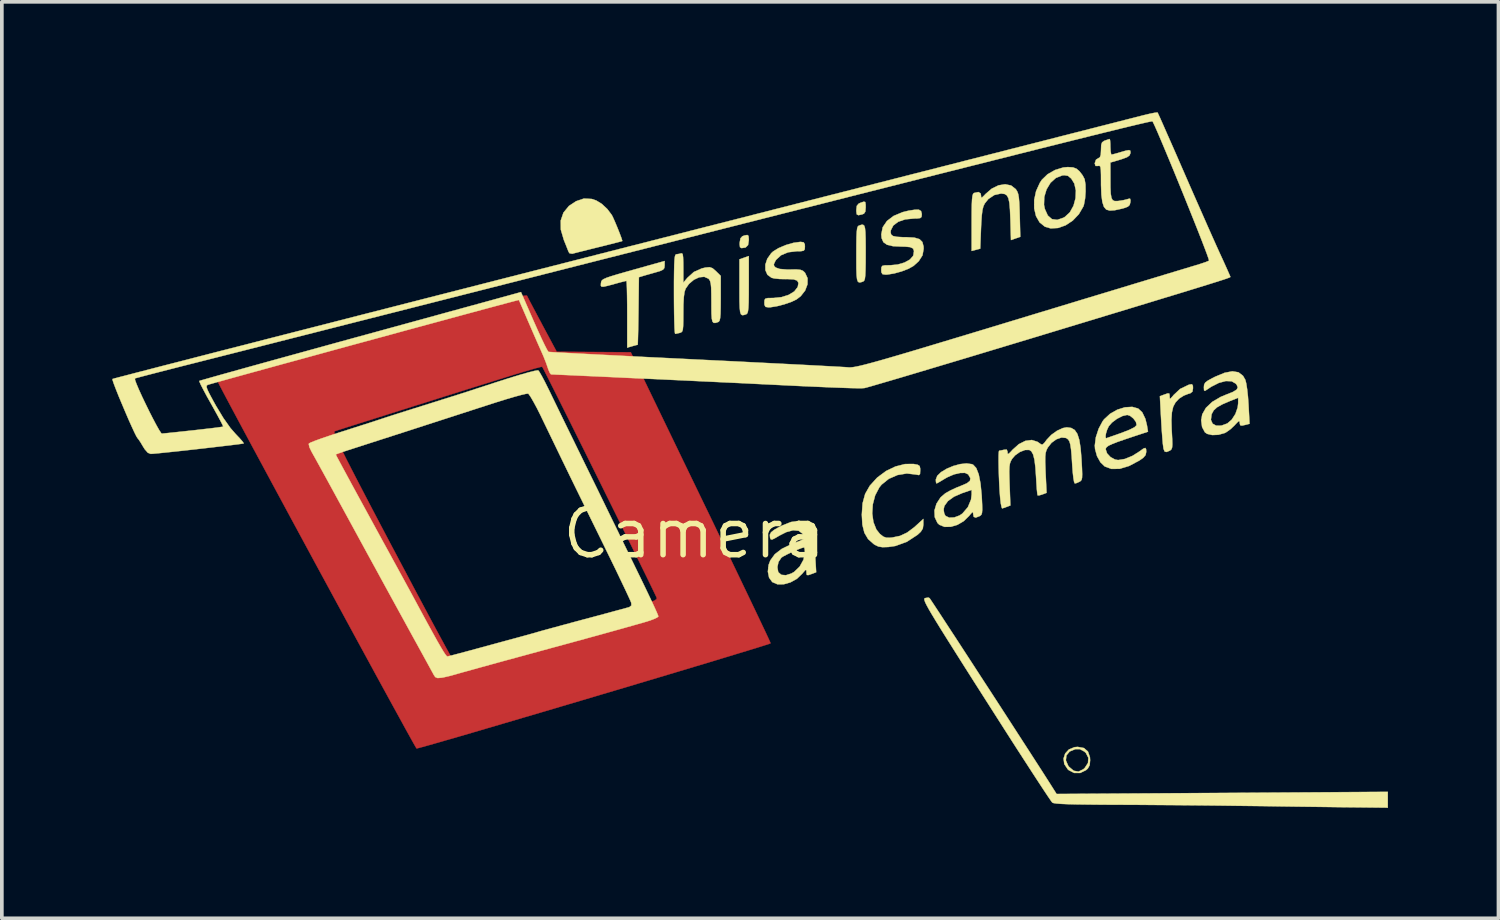
<source format=kicad_pcb>
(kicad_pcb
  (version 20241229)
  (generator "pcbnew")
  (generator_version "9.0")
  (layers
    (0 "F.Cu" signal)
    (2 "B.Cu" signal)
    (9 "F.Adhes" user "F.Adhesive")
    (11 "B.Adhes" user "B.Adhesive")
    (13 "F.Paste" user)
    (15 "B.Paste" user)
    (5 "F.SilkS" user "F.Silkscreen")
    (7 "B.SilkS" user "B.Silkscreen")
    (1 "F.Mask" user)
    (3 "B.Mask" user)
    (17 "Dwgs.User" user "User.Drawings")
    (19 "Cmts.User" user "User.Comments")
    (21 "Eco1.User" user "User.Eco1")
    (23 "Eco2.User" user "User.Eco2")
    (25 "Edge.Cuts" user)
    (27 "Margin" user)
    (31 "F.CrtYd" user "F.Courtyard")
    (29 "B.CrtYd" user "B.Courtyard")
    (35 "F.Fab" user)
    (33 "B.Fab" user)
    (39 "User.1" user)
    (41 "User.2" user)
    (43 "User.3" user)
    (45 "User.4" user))
  (footprint "Camera"
    (layer "F.Cu")
    (at 15.806 11.436)
    (property "Reference" "Camera" (at 0 0 0) (layer "F.SilkS") (effects (font (size 1.27 1.27) (thickness 0.15))))
    (attr through_hole)
    (fp_poly (pts (xy -4.543 -6.454) (xy -4.519 -6.406) (xy -4.462 -6.295) (xy -4.377 -6.134) (xy -4.271 -5.934) (xy -4.15 -5.708) (xy -4.132 -5.673) (xy -3.735 -4.932) (xy -2.729 -4.925) (xy -1.723 -4.918) (xy 0.175 -0.988) (xy 0.437 -0.447) (xy 0.687 0.073) (xy 0.925 0.567) (xy 1.147 1.029) (xy 1.351 1.455) (xy 1.535 1.839) (xy 1.696 2.177) (xy 1.832 2.463) (xy 1.94 2.691) (xy 2.018 2.858) (xy 2.063 2.958) (xy 2.074 2.986) (xy 2.035 3.001) (xy 1.92 3.039) (xy 1.736 3.097) (xy 1.489 3.173) (xy 1.186 3.265) (xy 0.831 3.373) (xy 0.432 3.494) (xy -0.005 3.625) (xy -0.475 3.766) (xy -0.971 3.915) (xy -1.488 4.069) (xy -2.019 4.228) (xy -2.558 4.388) (xy -3.099 4.549) (xy -3.636 4.708) (xy -4.162 4.864) (xy -4.672 5.014) (xy -5.16 5.158) (xy -5.62 5.293) (xy -6.044 5.418) (xy -6.428 5.53) (xy -6.766 5.627) (xy -7.05 5.709) (xy -7.275 5.773) (xy -7.436 5.817) (xy -7.525 5.84) (xy -7.541 5.843) (xy -7.564 5.806) (xy -7.625 5.7) (xy -7.721 5.527) (xy -7.851 5.293) (xy -8.011 5.001) (xy -8.2 4.657) (xy -8.415 4.264) (xy -8.654 3.827) (xy -8.914 3.349) (xy -9.193 2.837) (xy -9.489 2.292) (xy -9.799 1.721) (xy -10.121 1.127) (xy -10.264 0.864) (xy -10.59 0.261) (xy -10.905 -0.321) (xy -11.205 -0.877) (xy -11.49 -1.405) (xy -11.756 -1.899) (xy -12.002 -2.355) (xy -12.208 -2.739) (xy -9.777 -2.739) (xy -9.749 -2.651) (xy -9.687 -2.505) (xy -9.588 -2.297) (xy -9.452 -2.022) (xy -9.3 -1.725) (xy -9.154 -1.442) (xy -8.987 -1.121) (xy -8.804 -0.77) (xy -8.608 -0.397) (xy -8.403 -0.007) (xy -8.192 0.393) (xy -7.979 0.794) (xy -7.769 1.19) (xy -7.565 1.575) (xy -7.369 1.941) (xy -7.188 2.281) (xy -7.023 2.588) (xy -6.878 2.855) (xy -6.758 3.076) (xy -6.666 3.243) (xy -6.606 3.348) (xy -6.582 3.387) (xy -6.581 3.387) (xy -6.541 3.376) (xy -6.427 3.345) (xy -6.251 3.296) (xy -6.02 3.233) (xy -5.745 3.156) (xy -5.434 3.07) (xy -5.118 2.983) (xy -4.705 2.868) (xy -4.251 2.74) (xy -3.78 2.607) (xy -3.315 2.475) (xy -2.879 2.35) (xy -2.496 2.24) (xy -2.413 2.216) (xy -2.099 2.125) (xy -1.81 2.041) (xy -1.555 1.967) (xy -1.345 1.906) (xy -1.191 1.861) (xy -1.104 1.836) (xy -1.09 1.832) (xy -1.027 1.79) (xy -1.016 1.76) (xy -1.034 1.717) (xy -1.087 1.606) (xy -1.171 1.432) (xy -1.282 1.203) (xy -1.418 0.926) (xy -1.574 0.607) (xy -1.748 0.254) (xy -1.936 -0.127) (xy -2.134 -0.528) (xy -2.34 -0.944) (xy -2.549 -1.367) (xy -2.759 -1.79) (xy -2.965 -2.206) (xy -3.166 -2.609) (xy -3.356 -2.992) (xy -3.534 -3.348) (xy -3.694 -3.669) (xy -3.835 -3.949) (xy -3.952 -4.182) (xy -4.043 -4.36) (xy -4.103 -4.477) (xy -4.13 -4.525) (xy -4.13 -4.525) (xy -4.174 -4.519) (xy -4.287 -4.49) (xy -4.456 -4.442) (xy -4.669 -4.379) (xy -4.915 -4.305) (xy -5.005 -4.277) (xy -5.19 -4.219) (xy -5.43 -4.144) (xy -5.718 -4.054) (xy -6.043 -3.952) (xy -6.399 -3.84) (xy -6.775 -3.722) (xy -7.163 -3.599) (xy -7.554 -3.476) (xy -7.94 -3.354) (xy -8.311 -3.237) (xy -8.659 -3.126) (xy -8.976 -3.026) (xy -9.251 -2.939) (xy -9.478 -2.867) (xy -9.646 -2.813) (xy -9.747 -2.78) (xy -9.772 -2.772) (xy -9.777 -2.739) (xy -12.208 -2.739) (xy -12.224 -2.769) (xy -12.421 -3.136) (xy -12.59 -3.452) (xy -12.729 -3.713) (xy -12.835 -3.915) (xy -12.907 -4.053) (xy -12.942 -4.122) (xy -12.945 -4.13) (xy -12.903 -4.143) (xy -12.786 -4.177) (xy -12.6 -4.231) (xy -12.351 -4.302) (xy -12.045 -4.389) (xy -11.689 -4.49) (xy -11.289 -4.603) (xy -10.85 -4.728) (xy -10.38 -4.86) (xy -9.884 -5) (xy -9.369 -5.146) (xy -8.841 -5.295) (xy -8.305 -5.445) (xy -7.769 -5.596) (xy -7.239 -5.745) (xy -6.72 -5.891) (xy -6.218 -6.031) (xy -5.741 -6.165) (xy -5.295 -6.29) (xy -5.189 -6.319) (xy -4.968 -6.378) (xy -4.78 -6.423) (xy -4.638 -6.451) (xy -4.557 -6.459) (xy -4.543 -6.454)) (stroke (width 0.01) (type solid)) (fill yes) (layer "F.Cu"))
    (fp_poly (pts (xy -4.496 -3.771) (xy -4.439 -3.66) (xy -4.351 -3.484) (xy -4.234 -3.249) (xy -4.092 -2.963) (xy -3.928 -2.63) (xy -3.745 -2.257) (xy -3.545 -1.849) (xy -3.332 -1.413) (xy -3.108 -0.954) (xy -3.096 -0.93) (xy -2.831 -0.385) (xy -2.601 0.088) (xy -2.405 0.495) (xy -2.239 0.84) (xy -2.102 1.129) (xy -1.992 1.365) (xy -1.906 1.554) (xy -1.843 1.7) (xy -1.799 1.809) (xy -1.774 1.884) (xy -1.764 1.931) (xy -1.768 1.954) (xy -1.773 1.958) (xy -1.826 1.975) (xy -1.951 2.013) (xy -2.14 2.068) (xy -2.383 2.138) (xy -2.673 2.221) (xy -3 2.315) (xy -3.355 2.416) (xy -3.73 2.522) (xy -4.117 2.632) (xy -4.506 2.741) (xy -4.889 2.849) (xy -5.257 2.952) (xy -5.601 3.049) (xy -5.913 3.135) (xy -6.184 3.21) (xy -6.405 3.271) (xy -6.568 3.315) (xy -6.663 3.34) (xy -6.685 3.344) (xy -6.725 3.31) (xy -6.79 3.219) (xy -6.867 3.092) (xy -6.874 3.08) (xy -6.941 2.957) (xy -7.04 2.775) (xy -7.165 2.543) (xy -7.314 2.267) (xy -7.482 1.955) (xy -7.666 1.614) (xy -7.861 1.251) (xy -8.063 0.874) (xy -8.269 0.49) (xy -8.475 0.106) (xy -8.676 -0.271) (xy -8.87 -0.632) (xy -9.051 -0.971) (xy -9.216 -1.281) (xy -9.361 -1.554) (xy -9.483 -1.783) (xy -9.576 -1.96) (xy -9.638 -2.079) (xy -9.665 -2.131) (xy -9.665 -2.133) (xy -9.628 -2.152) (xy -9.518 -2.195) (xy -9.344 -2.257) (xy -9.114 -2.338) (xy -8.835 -2.432) (xy -8.518 -2.54) (xy -8.169 -2.656) (xy -7.797 -2.779) (xy -7.41 -2.907) (xy -7.017 -3.035) (xy -6.625 -3.163) (xy -6.242 -3.286) (xy -5.878 -3.403) (xy -5.54 -3.51) (xy -5.237 -3.606) (xy -4.976 -3.686) (xy -4.767 -3.749) (xy -4.616 -3.792) (xy -4.533 -3.812) (xy -4.519 -3.813) (xy -4.496 -3.771)) (stroke (width 0.01) (type solid)) (fill yes) (layer "F.Mask"))
    (fp_poly (pts (xy -4.496 -3.771) (xy -4.439 -3.66) (xy -4.351 -3.484) (xy -4.234 -3.249) (xy -4.092 -2.963) (xy -3.928 -2.63) (xy -3.745 -2.257) (xy -3.545 -1.849) (xy -3.332 -1.413) (xy -3.108 -0.954) (xy -3.096 -0.93) (xy -2.831 -0.385) (xy -2.601 0.088) (xy -2.405 0.495) (xy -2.239 0.84) (xy -2.102 1.129) (xy -1.992 1.365) (xy -1.906 1.554) (xy -1.843 1.7) (xy -1.799 1.809) (xy -1.774 1.884) (xy -1.764 1.931) (xy -1.768 1.954) (xy -1.773 1.958) (xy -1.826 1.975) (xy -1.951 2.013) (xy -2.14 2.068) (xy -2.383 2.138) (xy -2.673 2.221) (xy -3 2.315) (xy -3.355 2.416) (xy -3.73 2.522) (xy -4.117 2.632) (xy -4.506 2.741) (xy -4.889 2.849) (xy -5.257 2.952) (xy -5.601 3.049) (xy -5.913 3.135) (xy -6.184 3.21) (xy -6.405 3.271) (xy -6.568 3.315) (xy -6.663 3.34) (xy -6.685 3.344) (xy -6.725 3.31) (xy -6.79 3.219) (xy -6.867 3.092) (xy -6.874 3.08) (xy -6.941 2.957) (xy -7.04 2.775) (xy -7.165 2.543) (xy -7.314 2.267) (xy -7.482 1.955) (xy -7.666 1.614) (xy -7.861 1.251) (xy -8.063 0.874) (xy -8.269 0.49) (xy -8.475 0.106) (xy -8.676 -0.271) (xy -8.87 -0.632) (xy -9.051 -0.971) (xy -9.216 -1.281) (xy -9.361 -1.554) (xy -9.483 -1.783) (xy -9.576 -1.96) (xy -9.638 -2.079) (xy -9.665 -2.131) (xy -9.665 -2.133) (xy -9.628 -2.152) (xy -9.518 -2.195) (xy -9.344 -2.257) (xy -9.114 -2.338) (xy -8.835 -2.432) (xy -8.518 -2.54) (xy -8.169 -2.656) (xy -7.797 -2.779) (xy -7.41 -2.907) (xy -7.017 -3.035) (xy -6.625 -3.163) (xy -6.242 -3.286) (xy -5.878 -3.403) (xy -5.54 -3.51) (xy -5.237 -3.606) (xy -4.976 -3.686) (xy -4.767 -3.749) (xy -4.616 -3.792) (xy -4.533 -3.812) (xy -4.519 -3.813) (xy -4.496 -3.771)) (stroke (width 0.01) (type solid)) (fill yes) (layer "B.Mask"))
    (fp_poly (pts (xy 1.474 -8.079) (xy 1.482 -7.994) (xy 1.482 -7.96) (xy 1.462 -7.83) (xy 1.395 -7.764) (xy 1.285 -7.747) (xy 1.243 -7.772) (xy 1.233 -7.856) (xy 1.236 -7.903) (xy 1.256 -8.013) (xy 1.307 -8.069) (xy 1.365 -8.09) (xy 1.441 -8.104) (xy 1.474 -8.079)) (stroke (width 0.01) (type solid)) (fill yes) (layer "F.SilkS"))
    (fp_poly (pts (xy 4.645 -8.999) (xy 4.656 -8.933) (xy 4.657 -8.853) (xy 4.647 -8.739) (xy 4.61 -8.683) (xy 4.561 -8.663) (xy 4.459 -8.641) (xy 4.414 -8.664) (xy 4.403 -8.748) (xy 4.403 -8.785) (xy 4.416 -8.895) (xy 4.466 -8.955) (xy 4.511 -8.976) (xy 4.603 -9.008) (xy 4.645 -8.999)) (stroke (width 0.01) (type solid)) (fill yes) (layer "F.SilkS"))
    (fp_poly (pts (xy 1.482 -6.754) (xy 1.481 -6.476) (xy 1.478 -6.27) (xy 1.471 -6.127) (xy 1.46 -6.034) (xy 1.444 -5.981) (xy 1.422 -5.956) (xy 1.415 -5.952) (xy 1.35 -5.93) (xy 1.302 -5.926) (xy 1.269 -5.95) (xy 1.247 -6.014) (xy 1.235 -6.127) (xy 1.229 -6.299) (xy 1.228 -6.541) (xy 1.228 -6.685) (xy 1.228 -7.442) (xy 1.355 -7.487) (xy 1.482 -7.531) (xy 1.482 -6.754)) (stroke (width 0.01) (type solid)) (fill yes) (layer "F.SilkS"))
    (fp_poly (pts (xy 4.616 -8.358) (xy 4.637 -8.294) (xy 4.649 -8.181) (xy 4.655 -8.009) (xy 4.657 -7.767) (xy 4.657 -7.625) (xy 4.656 -7.35) (xy 4.652 -7.148) (xy 4.646 -7.008) (xy 4.635 -6.918) (xy 4.618 -6.867) (xy 4.595 -6.844) (xy 4.59 -6.841) (xy 4.525 -6.819) (xy 4.477 -6.815) (xy 4.444 -6.839) (xy 4.422 -6.903) (xy 4.41 -7.016) (xy 4.404 -7.189) (xy 4.403 -7.431) (xy 4.403 -7.573) (xy 4.404 -7.848) (xy 4.407 -8.05) (xy 4.414 -8.19) (xy 4.425 -8.279) (xy 4.441 -8.33) (xy 4.464 -8.354) (xy 4.47 -8.356) (xy 4.535 -8.379) (xy 4.582 -8.383) (xy 4.616 -8.358)) (stroke (width 0.01) (type solid)) (fill yes) (layer "F.SilkS"))
    (fp_poly (pts (xy -2.785 -9.082) (xy -2.662 -9.041) (xy -2.512 -8.949) (xy -2.362 -8.809) (xy -2.243 -8.652) (xy -2.212 -8.594) (xy -2.151 -8.457) (xy -2.087 -8.304) (xy -2.028 -8.156) (xy -1.982 -8.033) (xy -1.957 -7.956) (xy -1.955 -7.939) (xy -1.999 -7.926) (xy -2.11 -7.897) (xy -2.275 -7.855) (xy -2.479 -7.804) (xy -2.603 -7.773) (xy -2.829 -7.717) (xy -3.029 -7.667) (xy -3.188 -7.627) (xy -3.289 -7.601) (xy -3.313 -7.594) (xy -3.387 -7.607) (xy -3.414 -7.649) (xy -3.445 -7.728) (xy -3.495 -7.855) (xy -3.541 -7.968) (xy -3.623 -8.247) (xy -3.626 -8.495) (xy -3.552 -8.711) (xy -3.402 -8.893) (xy -3.208 -9.021) (xy -2.996 -9.093) (xy -2.785 -9.082)) (stroke (width 0.01) (type solid)) (fill yes) (layer "F.SilkS"))
    (fp_poly (pts (xy 10.583 5.831) (xy 10.694 5.926) (xy 10.748 6.082) (xy 10.753 6.164) (xy 10.74 6.298) (xy 10.691 6.387) (xy 10.641 6.432) (xy 10.483 6.509) (xy 10.319 6.508) (xy 10.169 6.43) (xy 10.145 6.408) (xy 10.051 6.266) (xy 10.038 6.165) (xy 10.094 6.165) (xy 10.156 6.31) (xy 10.182 6.343) (xy 10.308 6.449) (xy 10.437 6.471) (xy 10.568 6.408) (xy 10.606 6.373) (xy 10.695 6.237) (xy 10.705 6.096) (xy 10.639 5.967) (xy 10.595 5.926) (xy 10.473 5.861) (xy 10.352 5.861) (xy 10.197 5.925) (xy 10.109 6.031) (xy 10.094 6.165) (xy 10.038 6.165) (xy 10.031 6.117) (xy 10.076 5.979) (xy 10.177 5.87) (xy 10.328 5.808) (xy 10.415 5.8) (xy 10.583 5.831)) (stroke (width 0.01) (type solid)) (fill yes) (layer "F.SilkS"))
    (fp_poly (pts (xy 13.544 -4.01) (xy 13.547 -3.943) (xy 13.532 -3.849) (xy 13.472 -3.803) (xy 13.419 -3.789) (xy 13.297 -3.741) (xy 13.176 -3.664) (xy 13.167 -3.657) (xy 13.074 -3.559) (xy 13.01 -3.441) (xy 12.974 -3.287) (xy 12.961 -3.083) (xy 12.968 -2.814) (xy 12.971 -2.768) (xy 12.982 -2.56) (xy 12.986 -2.421) (xy 12.98 -2.335) (xy 12.963 -2.285) (xy 12.933 -2.256) (xy 12.916 -2.246) (xy 12.83 -2.21) (xy 12.778 -2.222) (xy 12.747 -2.296) (xy 12.727 -2.442) (xy 12.727 -2.445) (xy 12.715 -2.587) (xy 12.7 -2.785) (xy 12.686 -3.012) (xy 12.675 -3.206) (xy 12.648 -3.724) (xy 12.762 -3.767) (xy 12.859 -3.801) (xy 12.902 -3.798) (xy 12.912 -3.748) (xy 12.912 -3.715) (xy 12.917 -3.661) (xy 12.94 -3.663) (xy 12.996 -3.726) (xy 13.022 -3.758) (xy 13.197 -3.922) (xy 13.427 -4.033) (xy 13.451 -4.04) (xy 13.518 -4.05) (xy 13.544 -4.01)) (stroke (width 0.01) (type solid)) (fill yes) (layer "F.SilkS"))
    (fp_poly (pts (xy -0.804 -7.277) (xy -0.812 -7.207) (xy -0.847 -7.162) (xy -0.929 -7.124) (xy -1.048 -7.089) (xy -1.2 -7.046) (xy -1.334 -7.008) (xy -1.397 -6.989) (xy -1.503 -6.957) (xy -1.514 -6.04) (xy -1.518 -5.771) (xy -1.522 -5.534) (xy -1.527 -5.34) (xy -1.531 -5.201) (xy -1.534 -5.129) (xy -1.536 -5.122) (xy -1.579 -5.112) (xy -1.67 -5.087) (xy -1.683 -5.083) (xy -1.82 -5.044) (xy -1.82 -5.951) (xy -1.821 -6.218) (xy -1.824 -6.453) (xy -1.828 -6.646) (xy -1.833 -6.783) (xy -1.84 -6.852) (xy -1.842 -6.858) (xy -1.89 -6.847) (xy -1.999 -6.82) (xy -2.144 -6.78) (xy -2.169 -6.773) (xy -2.346 -6.725) (xy -2.457 -6.7) (xy -2.515 -6.699) (xy -2.536 -6.725) (xy -2.535 -6.777) (xy -2.532 -6.802) (xy -2.525 -6.84) (xy -2.505 -6.873) (xy -2.462 -6.905) (xy -2.386 -6.939) (xy -2.267 -6.98) (xy -2.093 -7.033) (xy -1.856 -7.101) (xy -1.662 -7.156) (xy -0.804 -7.397) (xy -0.804 -7.277)) (stroke (width 0.01) (type solid)) (fill yes) (layer "F.SilkS"))
    (fp_poly (pts (xy 8.606 -9.448) (xy 8.732 -9.35) (xy 8.738 -9.342) (xy 8.774 -9.284) (xy 8.8 -9.214) (xy 8.817 -9.116) (xy 8.829 -8.974) (xy 8.837 -8.771) (xy 8.841 -8.638) (xy 8.856 -8.054) (xy 8.729 -8.01) (xy 8.603 -7.966) (xy 8.587 -8.529) (xy 8.576 -8.789) (xy 8.56 -8.976) (xy 8.533 -9.102) (xy 8.492 -9.179) (xy 8.432 -9.217) (xy 8.348 -9.228) (xy 8.33 -9.229) (xy 8.151 -9.189) (xy 7.988 -9.08) (xy 7.89 -8.958) (xy 7.854 -8.882) (xy 7.828 -8.78) (xy 7.81 -8.635) (xy 7.796 -8.431) (xy 7.789 -8.279) (xy 7.768 -7.732) (xy 7.652 -7.701) (xy 7.535 -7.67) (xy 7.535 -8.445) (xy 7.536 -8.723) (xy 7.539 -8.928) (xy 7.546 -9.071) (xy 7.557 -9.164) (xy 7.573 -9.217) (xy 7.595 -9.242) (xy 7.602 -9.245) (xy 7.719 -9.27) (xy 7.779 -9.232) (xy 7.789 -9.177) (xy 7.794 -9.123) (xy 7.817 -9.122) (xy 7.876 -9.178) (xy 7.91 -9.215) (xy 8.081 -9.362) (xy 8.265 -9.452) (xy 8.445 -9.481) (xy 8.606 -9.448)) (stroke (width 0.01) (type solid)) (fill yes) (layer "F.SilkS"))
    (fp_poly (pts (xy 10.289 -9.939) (xy 10.385 -9.902) (xy 10.465 -9.832) (xy 10.547 -9.726) (xy 10.601 -9.624) (xy 10.604 -9.615) (xy 10.627 -9.472) (xy 10.63 -9.286) (xy 10.616 -9.093) (xy 10.586 -8.931) (xy 10.57 -8.88) (xy 10.447 -8.669) (xy 10.281 -8.495) (xy 10.088 -8.367) (xy 9.882 -8.294) (xy 9.68 -8.283) (xy 9.525 -8.329) (xy 9.38 -8.446) (xy 9.283 -8.617) (xy 9.234 -8.826) (xy 9.234 -8.921) (xy 9.5 -8.921) (xy 9.523 -8.81) (xy 9.603 -8.633) (xy 9.716 -8.534) (xy 9.859 -8.514) (xy 10.03 -8.573) (xy 10.068 -8.595) (xy 10.204 -8.722) (xy 10.302 -8.899) (xy 10.357 -9.103) (xy 10.366 -9.311) (xy 10.324 -9.5) (xy 10.241 -9.635) (xy 10.149 -9.711) (xy 10.05 -9.727) (xy 9.995 -9.721) (xy 9.823 -9.653) (xy 9.677 -9.521) (xy 9.569 -9.342) (xy 9.507 -9.136) (xy 9.5 -8.921) (xy 9.234 -8.921) (xy 9.234 -9.057) (xy 9.285 -9.294) (xy 9.387 -9.519) (xy 9.443 -9.604) (xy 9.597 -9.753) (xy 9.801 -9.869) (xy 10.024 -9.937) (xy 10.147 -9.948) (xy 10.289 -9.939)) (stroke (width 0.01) (type solid)) (fill yes) (layer "F.SilkS"))
    (fp_poly (pts (xy 6.071 -1.862) (xy 6.123 -1.828) (xy 6.138 -1.757) (xy 6.138 -1.711) (xy 6.133 -1.614) (xy 6.104 -1.582) (xy 6.031 -1.595) (xy 6.022 -1.597) (xy 5.775 -1.626) (xy 5.521 -1.584) (xy 5.285 -1.481) (xy 5.09 -1.324) (xy 5.027 -1.247) (xy 4.914 -1.031) (xy 4.85 -0.788) (xy 4.834 -0.54) (xy 4.867 -0.305) (xy 4.947 -0.104) (xy 5.043 0.016) (xy 5.137 0.09) (xy 5.223 0.12) (xy 5.341 0.118) (xy 5.38 0.113) (xy 5.591 0.069) (xy 5.781 -0.02) (xy 5.975 -0.165) (xy 6.037 -0.221) (xy 6.223 -0.392) (xy 6.223 -0.241) (xy 6.209 -0.132) (xy 6.153 -0.042) (xy 6.066 0.039) (xy 5.774 0.23) (xy 5.463 0.343) (xy 5.271 0.371) (xy 5.112 0.376) (xy 5.002 0.358) (xy 4.905 0.311) (xy 4.872 0.289) (xy 4.722 0.155) (xy 4.622 -0.015) (xy 4.567 -0.235) (xy 4.552 -0.508) (xy 4.573 -0.816) (xy 4.642 -1.07) (xy 4.768 -1.292) (xy 4.96 -1.504) (xy 4.982 -1.524) (xy 5.212 -1.694) (xy 5.467 -1.816) (xy 5.726 -1.882) (xy 5.958 -1.884) (xy 6.071 -1.862)) (stroke (width 0.01) (type solid)) (fill yes) (layer "F.SilkS"))
    (fp_poly (pts (xy 6.103 -8.789) (xy 6.16 -8.754) (xy 6.18 -8.682) (xy 6.181 -8.655) (xy 6.173 -8.593) (xy 6.137 -8.563) (xy 6.05 -8.552) (xy 5.97 -8.551) (xy 5.732 -8.528) (xy 5.541 -8.463) (xy 5.407 -8.362) (xy 5.34 -8.232) (xy 5.334 -8.178) (xy 5.348 -8.116) (xy 5.397 -8.076) (xy 5.497 -8.054) (xy 5.661 -8.044) (xy 5.775 -8.043) (xy 5.982 -8.031) (xy 6.119 -7.99) (xy 6.197 -7.912) (xy 6.229 -7.788) (xy 6.231 -7.727) (xy 6.2 -7.551) (xy 6.098 -7.392) (xy 5.958 -7.265) (xy 5.821 -7.187) (xy 5.634 -7.115) (xy 5.431 -7.059) (xy 5.247 -7.029) (xy 5.198 -7.027) (xy 5.114 -7.039) (xy 5.083 -7.092) (xy 5.08 -7.154) (xy 5.084 -7.226) (xy 5.108 -7.264) (xy 5.175 -7.279) (xy 5.303 -7.281) (xy 5.321 -7.281) (xy 5.526 -7.301) (xy 5.711 -7.355) (xy 5.856 -7.435) (xy 5.942 -7.531) (xy 5.953 -7.56) (xy 5.969 -7.669) (xy 5.944 -7.737) (xy 5.864 -7.774) (xy 5.719 -7.788) (xy 5.629 -7.789) (xy 5.397 -7.8) (xy 5.237 -7.838) (xy 5.138 -7.908) (xy 5.09 -8.018) (xy 5.081 -8.121) (xy 5.12 -8.315) (xy 5.235 -8.484) (xy 5.417 -8.622) (xy 5.661 -8.724) (xy 5.82 -8.763) (xy 5.995 -8.79) (xy 6.103 -8.789)) (stroke (width 0.01) (type solid)) (fill yes) (layer "F.SilkS"))
    (fp_poly (pts (xy 2.973 -7.904) (xy 3.003 -7.85) (xy 3.006 -7.789) (xy 3.001 -7.715) (xy 2.974 -7.678) (xy 2.903 -7.664) (xy 2.783 -7.662) (xy 2.551 -7.634) (xy 2.36 -7.555) (xy 2.225 -7.432) (xy 2.202 -7.395) (xy 2.162 -7.309) (xy 2.171 -7.259) (xy 2.216 -7.218) (xy 2.321 -7.181) (xy 2.507 -7.166) (xy 2.613 -7.166) (xy 2.78 -7.167) (xy 2.885 -7.157) (xy 2.952 -7.131) (xy 3.002 -7.085) (xy 3.011 -7.074) (xy 3.078 -6.93) (xy 3.076 -6.764) (xy 3.012 -6.594) (xy 2.892 -6.441) (xy 2.779 -6.354) (xy 2.637 -6.286) (xy 2.448 -6.221) (xy 2.247 -6.169) (xy 2.073 -6.141) (xy 2.023 -6.138) (xy 1.939 -6.15) (xy 1.908 -6.203) (xy 1.905 -6.265) (xy 1.909 -6.337) (xy 1.933 -6.374) (xy 1.998 -6.39) (xy 2.124 -6.392) (xy 2.15 -6.392) (xy 2.37 -6.415) (xy 2.565 -6.477) (xy 2.717 -6.57) (xy 2.807 -6.685) (xy 2.813 -6.699) (xy 2.831 -6.8) (xy 2.797 -6.864) (xy 2.701 -6.898) (xy 2.534 -6.906) (xy 2.485 -6.905) (xy 2.322 -6.908) (xy 2.178 -6.923) (xy 2.101 -6.941) (xy 1.989 -7.022) (xy 1.933 -7.148) (xy 1.932 -7.299) (xy 1.985 -7.459) (xy 2.09 -7.607) (xy 2.143 -7.656) (xy 2.292 -7.748) (xy 2.489 -7.831) (xy 2.698 -7.891) (xy 2.881 -7.916) (xy 2.892 -7.916) (xy 2.973 -7.904)) (stroke (width 0.01) (type solid)) (fill yes) (layer "F.SilkS"))
    (fp_poly (pts (xy 11.295 -10.672) (xy 11.302 -10.575) (xy 11.303 -10.499) (xy 11.309 -10.378) (xy 11.323 -10.302) (xy 11.335 -10.287) (xy 11.391 -10.299) (xy 11.498 -10.328) (xy 11.574 -10.351) (xy 11.723 -10.394) (xy 11.808 -10.409) (xy 11.844 -10.393) (xy 11.849 -10.346) (xy 11.846 -10.321) (xy 11.821 -10.263) (xy 11.753 -10.215) (xy 11.625 -10.168) (xy 11.568 -10.15) (xy 11.303 -10.072) (xy 11.304 -9.64) (xy 11.305 -9.395) (xy 11.313 -9.223) (xy 11.332 -9.112) (xy 11.365 -9.05) (xy 11.418 -9.025) (xy 11.494 -9.025) (xy 11.531 -9.029) (xy 11.662 -9.05) (xy 11.767 -9.076) (xy 11.783 -9.082) (xy 11.836 -9.092) (xy 11.85 -9.047) (xy 11.846 -8.994) (xy 11.827 -8.919) (xy 11.777 -8.872) (xy 11.674 -8.834) (xy 11.62 -8.819) (xy 11.423 -8.776) (xy 11.287 -8.767) (xy 11.197 -8.792) (xy 11.189 -8.796) (xy 11.128 -8.868) (xy 11.085 -8.999) (xy 11.059 -9.196) (xy 11.049 -9.467) (xy 11.049 -9.533) (xy 11.048 -9.736) (xy 11.044 -9.869) (xy 11.034 -9.946) (xy 11.015 -9.979) (xy 10.985 -9.983) (xy 10.964 -9.978) (xy 10.9 -9.979) (xy 10.88 -10.041) (xy 10.88 -10.055) (xy 10.913 -10.149) (xy 10.964 -10.181) (xy 11.017 -10.213) (xy 11.042 -10.281) (xy 11.049 -10.409) (xy 11.049 -10.418) (xy 11.054 -10.547) (xy 11.077 -10.618) (xy 11.13 -10.658) (xy 11.158 -10.669) (xy 11.244 -10.699) (xy 11.285 -10.71) (xy 11.295 -10.672)) (stroke (width 0.01) (type solid)) (fill yes) (layer "F.SilkS"))
    (fp_poly (pts (xy 12.058 -3.39) (xy 12.169 -3.286) (xy 12.253 -3.111) (xy 12.296 -2.936) (xy 12.325 -2.761) (xy 11.973 -2.645) (xy 11.698 -2.553) (xy 11.493 -2.482) (xy 11.35 -2.426) (xy 11.256 -2.382) (xy 11.203 -2.344) (xy 11.18 -2.308) (xy 11.176 -2.281) (xy 11.213 -2.172) (xy 11.306 -2.072) (xy 11.429 -2.005) (xy 11.514 -1.99) (xy 11.699 -2.021) (xy 11.906 -2.106) (xy 12.092 -2.224) (xy 12.197 -2.3) (xy 12.252 -2.32) (xy 12.273 -2.285) (xy 12.277 -2.212) (xy 12.259 -2.126) (xy 12.193 -2.05) (xy 12.093 -1.98) (xy 11.811 -1.83) (xy 11.556 -1.753) (xy 11.332 -1.75) (xy 11.151 -1.816) (xy 11.033 -1.93) (xy 10.94 -2.097) (xy 10.887 -2.289) (xy 10.88 -2.385) (xy 10.908 -2.606) (xy 10.913 -2.621) (xy 11.17 -2.621) (xy 11.184 -2.583) (xy 11.187 -2.582) (xy 11.228 -2.596) (xy 11.332 -2.632) (xy 11.481 -2.684) (xy 11.599 -2.726) (xy 11.82 -2.812) (xy 11.959 -2.882) (xy 12.015 -2.938) (xy 12.016 -2.941) (xy 11.997 -3.026) (xy 11.928 -3.12) (xy 11.836 -3.193) (xy 11.76 -3.217) (xy 11.631 -3.187) (xy 11.482 -3.111) (xy 11.345 -3.008) (xy 11.259 -2.909) (xy 11.214 -2.813) (xy 11.182 -2.708) (xy 11.17 -2.621) (xy 10.913 -2.621) (xy 10.984 -2.84) (xy 11.093 -3.045) (xy 11.132 -3.097) (xy 11.295 -3.247) (xy 11.49 -3.358) (xy 11.698 -3.423) (xy 11.896 -3.435) (xy 12.058 -3.39)) (stroke (width 0.01) (type solid)) (fill yes) (layer "F.SilkS"))
    (fp_poly (pts (xy -0.312 -7.574) (xy -0.302 -7.494) (xy -0.297 -7.353) (xy -0.296 -7.219) (xy -0.296 -6.809) (xy -0.185 -6.941) (xy -0.01 -7.099) (xy 0.205 -7.195) (xy 0.307 -7.219) (xy 0.417 -7.229) (xy 0.498 -7.201) (xy 0.591 -7.12) (xy 0.591 -7.12) (xy 0.72 -6.992) (xy 0.72 -6.379) (xy 0.718 -6.134) (xy 0.714 -5.962) (xy 0.704 -5.848) (xy 0.689 -5.781) (xy 0.666 -5.748) (xy 0.653 -5.741) (xy 0.58 -5.716) (xy 0.529 -5.716) (xy 0.496 -5.751) (xy 0.477 -5.833) (xy 0.468 -5.973) (xy 0.466 -6.182) (xy 0.466 -6.28) (xy 0.464 -6.512) (xy 0.46 -6.675) (xy 0.449 -6.784) (xy 0.431 -6.853) (xy 0.404 -6.898) (xy 0.384 -6.919) (xy 0.272 -6.968) (xy 0.134 -6.955) (xy -0.011 -6.887) (xy -0.143 -6.775) (xy -0.234 -6.645) (xy -0.264 -6.555) (xy -0.283 -6.416) (xy -0.294 -6.214) (xy -0.296 -5.997) (xy -0.297 -5.778) (xy -0.301 -5.629) (xy -0.31 -5.536) (xy -0.327 -5.484) (xy -0.355 -5.458) (xy -0.392 -5.445) (xy -0.479 -5.425) (xy -0.519 -5.419) (xy -0.527 -5.46) (xy -0.535 -5.573) (xy -0.541 -5.749) (xy -0.546 -5.976) (xy -0.549 -6.243) (xy -0.55 -6.498) (xy -0.55 -6.835) (xy -0.547 -7.096) (xy -0.543 -7.29) (xy -0.536 -7.426) (xy -0.526 -7.513) (xy -0.512 -7.561) (xy -0.494 -7.577) (xy -0.49 -7.578) (xy -0.397 -7.593) (xy -0.363 -7.603) (xy -0.332 -7.605) (xy -0.312 -7.574)) (stroke (width 0.01) (type solid)) (fill yes) (layer "F.SilkS"))
    (fp_poly (pts (xy 14.782 -4.374) (xy 14.905 -4.279) (xy 14.968 -4.17) (xy 14.993 -4.073) (xy 15.018 -3.913) (xy 15.04 -3.713) (xy 15.055 -3.502) (xy 15.083 -2.976) (xy 14.982 -2.949) (xy 14.876 -2.926) (xy 14.829 -2.937) (xy 14.817 -2.99) (xy 14.817 -3.007) (xy 14.808 -3.049) (xy 14.776 -3.038) (xy 14.707 -2.968) (xy 14.68 -2.937) (xy 14.567 -2.83) (xy 14.446 -2.744) (xy 14.406 -2.724) (xy 14.236 -2.677) (xy 14.069 -2.67) (xy 13.932 -2.702) (xy 13.871 -2.744) (xy 13.794 -2.887) (xy 13.77 -3.067) (xy 13.773 -3.083) (xy 14.033 -3.083) (xy 14.079 -2.979) (xy 14.178 -2.924) (xy 14.319 -2.926) (xy 14.48 -2.985) (xy 14.599 -3.087) (xy 14.699 -3.242) (xy 14.761 -3.42) (xy 14.774 -3.533) (xy 14.774 -3.682) (xy 14.554 -3.595) (xy 14.343 -3.504) (xy 14.199 -3.423) (xy 14.109 -3.34) (xy 14.057 -3.244) (xy 14.052 -3.232) (xy 14.033 -3.083) (xy 13.773 -3.083) (xy 13.798 -3.232) (xy 13.898 -3.408) (xy 14.069 -3.57) (xy 14.3 -3.706) (xy 14.454 -3.77) (xy 14.63 -3.84) (xy 14.731 -3.901) (xy 14.764 -3.963) (xy 14.735 -4.034) (xy 14.709 -4.066) (xy 14.596 -4.131) (xy 14.439 -4.137) (xy 14.25 -4.087) (xy 14.044 -3.983) (xy 13.938 -3.912) (xy 13.872 -3.869) (xy 13.847 -3.885) (xy 13.843 -3.971) (xy 13.85 -4.04) (xy 13.88 -4.094) (xy 13.95 -4.148) (xy 14.075 -4.216) (xy 14.145 -4.252) (xy 14.405 -4.36) (xy 14.616 -4.401) (xy 14.782 -4.374)) (stroke (width 0.01) (type solid)) (fill yes) (layer "F.SilkS"))
    (fp_poly (pts (xy 7.541 -1.879) (xy 7.577 -1.863) (xy 7.66 -1.773) (xy 7.727 -1.602) (xy 7.776 -1.352) (xy 7.808 -1.025) (xy 7.81 -0.987) (xy 7.82 -0.78) (xy 7.823 -0.642) (xy 7.816 -0.556) (xy 7.799 -0.506) (xy 7.768 -0.478) (xy 7.752 -0.468) (xy 7.646 -0.427) (xy 7.591 -0.449) (xy 7.577 -0.519) (xy 7.572 -0.572) (xy 7.549 -0.57) (xy 7.493 -0.508) (xy 7.467 -0.475) (xy 7.319 -0.331) (xy 7.146 -0.23) (xy 6.966 -0.177) (xy 6.798 -0.176) (xy 6.66 -0.231) (xy 6.607 -0.281) (xy 6.533 -0.439) (xy 6.525 -0.621) (xy 6.533 -0.648) (xy 6.773 -0.648) (xy 6.79 -0.541) (xy 6.824 -0.474) (xy 6.926 -0.426) (xy 7.063 -0.432) (xy 7.208 -0.486) (xy 7.284 -0.538) (xy 7.432 -0.71) (xy 7.518 -0.916) (xy 7.535 -1.054) (xy 7.535 -1.18) (xy 7.282 -1.094) (xy 7.056 -0.996) (xy 6.891 -0.877) (xy 6.795 -0.745) (xy 6.773 -0.648) (xy 6.533 -0.648) (xy 6.58 -0.806) (xy 6.691 -0.976) (xy 6.821 -1.088) (xy 6.951 -1.161) (xy 7.119 -1.24) (xy 7.249 -1.292) (xy 7.407 -1.36) (xy 7.489 -1.426) (xy 7.5 -1.499) (xy 7.447 -1.591) (xy 7.438 -1.603) (xy 7.355 -1.642) (xy 7.221 -1.64) (xy 7.058 -1.602) (xy 6.886 -1.529) (xy 6.811 -1.487) (xy 6.694 -1.416) (xy 6.61 -1.368) (xy 6.58 -1.355) (xy 6.566 -1.391) (xy 6.562 -1.46) (xy 6.601 -1.562) (xy 6.705 -1.663) (xy 6.856 -1.754) (xy 7.034 -1.829) (xy 7.22 -1.88) (xy 7.395 -1.899) (xy 7.541 -1.879)) (stroke (width 0.01) (type solid)) (fill yes) (layer "F.SilkS"))
    (fp_poly (pts (xy 6.392 1.76) (xy 6.419 1.8) (xy 6.489 1.905) (xy 6.595 2.066) (xy 6.734 2.278) (xy 6.901 2.534) (xy 7.092 2.826) (xy 7.301 3.147) (xy 7.525 3.491) (xy 7.759 3.852) (xy 7.999 4.22) (xy 8.24 4.591) (xy 8.477 4.957) (xy 8.706 5.311) (xy 8.923 5.647) (xy 9.123 5.956) (xy 9.302 6.234) (xy 9.455 6.471) (xy 9.577 6.662) (xy 9.604 6.704) (xy 9.842 7.079) (xy 18.838 7.021) (xy 18.838 7.451) (xy 18.023 7.442) (xy 17.805 7.44) (xy 17.516 7.437) (xy 17.169 7.432) (xy 16.779 7.427) (xy 16.358 7.422) (xy 15.92 7.416) (xy 15.479 7.409) (xy 15.24 7.406) (xy 14.752 7.4) (xy 14.215 7.393) (xy 13.653 7.387) (xy 13.086 7.382) (xy 12.536 7.378) (xy 12.026 7.374) (xy 11.576 7.372) (xy 11.533 7.372) (xy 11.074 7.37) (xy 10.694 7.366) (xy 10.386 7.362) (xy 10.145 7.356) (xy 9.964 7.348) (xy 9.838 7.338) (xy 9.76 7.326) (xy 9.726 7.313) (xy 9.693 7.27) (xy 9.618 7.16) (xy 9.505 6.991) (xy 9.357 6.766) (xy 9.179 6.493) (xy 8.974 6.176) (xy 8.745 5.822) (xy 8.497 5.435) (xy 8.233 5.022) (xy 7.956 4.588) (xy 7.919 4.53) (xy 7.595 4.022) (xy 7.315 3.581) (xy 7.075 3.201) (xy 6.872 2.879) (xy 6.703 2.609) (xy 6.566 2.387) (xy 6.458 2.208) (xy 6.375 2.067) (xy 6.316 1.959) (xy 6.277 1.881) (xy 6.256 1.826) (xy 6.249 1.791) (xy 6.254 1.77) (xy 6.266 1.76) (xy 6.357 1.744) (xy 6.392 1.76)) (stroke (width 0.01) (type solid)) (fill yes) (layer "F.SilkS"))
    (fp_poly (pts (xy 3.016 -0.304) (xy 3.144 -0.206) (xy 3.211 -0.074) (xy 3.231 0.023) (xy 3.252 0.182) (xy 3.27 0.379) (xy 3.283 0.56) (xy 3.312 1.057) (xy 3.198 1.1) (xy 3.1 1.134) (xy 3.058 1.131) (xy 3.048 1.081) (xy 3.048 1.048) (xy 3.042 0.995) (xy 3.019 0.997) (xy 2.963 1.06) (xy 2.934 1.095) (xy 2.789 1.234) (xy 2.613 1.332) (xy 2.429 1.384) (xy 2.258 1.383) (xy 2.121 1.324) (xy 2.119 1.322) (xy 2.033 1.203) (xy 2 1.04) (xy 2.013 0.919) (xy 2.258 0.919) (xy 2.281 1.049) (xy 2.285 1.056) (xy 2.366 1.127) (xy 2.489 1.138) (xy 2.638 1.091) (xy 2.714 1.047) (xy 2.865 0.902) (xy 2.968 0.715) (xy 3.006 0.519) (xy 3 0.425) (xy 2.985 0.381) (xy 2.984 0.381) (xy 2.917 0.399) (xy 2.802 0.444) (xy 2.662 0.505) (xy 2.525 0.57) (xy 2.416 0.627) (xy 2.366 0.661) (xy 2.289 0.776) (xy 2.258 0.919) (xy 2.013 0.919) (xy 2.02 0.858) (xy 2.067 0.735) (xy 2.188 0.568) (xy 2.376 0.423) (xy 2.638 0.294) (xy 2.742 0.254) (xy 2.876 0.202) (xy 2.97 0.157) (xy 3.006 0.131) (xy 2.984 0.079) (xy 2.94 0.009) (xy 2.836 -0.07) (xy 2.686 -0.084) (xy 2.499 -0.033) (xy 2.319 0.058) (xy 2.191 0.133) (xy 2.118 0.168) (xy 2.081 0.165) (xy 2.063 0.129) (xy 2.059 0.113) (xy 2.053 0.039) (xy 2.086 -0.027) (xy 2.171 -0.095) (xy 2.319 -0.179) (xy 2.382 -0.21) (xy 2.629 -0.308) (xy 2.842 -0.339) (xy 3.016 -0.304)) (stroke (width 0.01) (type solid)) (fill yes) (layer "F.SilkS"))
    (fp_poly (pts (xy 10.24 -2.862) (xy 10.335 -2.806) (xy 10.406 -2.702) (xy 10.458 -2.54) (xy 10.494 -2.313) (xy 10.519 -2.011) (xy 10.52 -1.983) (xy 10.532 -1.762) (xy 10.537 -1.61) (xy 10.534 -1.512) (xy 10.521 -1.454) (xy 10.496 -1.422) (xy 10.464 -1.401) (xy 10.379 -1.364) (xy 10.337 -1.355) (xy 10.318 -1.394) (xy 10.299 -1.501) (xy 10.281 -1.659) (xy 10.268 -1.831) (xy 10.252 -2.092) (xy 10.235 -2.282) (xy 10.215 -2.413) (xy 10.19 -2.498) (xy 10.155 -2.551) (xy 10.109 -2.584) (xy 10.095 -2.591) (xy 9.976 -2.603) (xy 9.837 -2.555) (xy 9.704 -2.459) (xy 9.601 -2.328) (xy 9.6 -2.326) (xy 9.566 -2.257) (xy 9.544 -2.182) (xy 9.534 -2.083) (xy 9.533 -1.942) (xy 9.54 -1.743) (xy 9.544 -1.64) (xy 9.57 -1.1) (xy 9.457 -1.057) (xy 9.37 -1.031) (xy 9.327 -1.031) (xy 9.318 -1.078) (xy 9.306 -1.191) (xy 9.295 -1.353) (xy 9.286 -1.508) (xy 9.267 -1.792) (xy 9.241 -2) (xy 9.205 -2.142) (xy 9.157 -2.228) (xy 9.102 -2.265) (xy 8.984 -2.264) (xy 8.845 -2.21) (xy 8.715 -2.118) (xy 8.634 -2.024) (xy 8.598 -1.96) (xy 8.574 -1.893) (xy 8.561 -1.806) (xy 8.556 -1.68) (xy 8.56 -1.5) (xy 8.566 -1.321) (xy 8.587 -0.757) (xy 8.482 -0.717) (xy 8.399 -0.688) (xy 8.362 -0.677) (xy 8.347 -0.715) (xy 8.328 -0.807) (xy 8.324 -0.836) (xy 8.309 -0.969) (xy 8.295 -1.147) (xy 8.284 -1.352) (xy 8.275 -1.568) (xy 8.269 -1.779) (xy 8.266 -1.969) (xy 8.267 -2.12) (xy 8.273 -2.217) (xy 8.282 -2.244) (xy 8.349 -2.255) (xy 8.414 -2.27) (xy 8.486 -2.275) (xy 8.509 -2.223) (xy 8.509 -2.205) (xy 8.515 -2.158) (xy 8.544 -2.163) (xy 8.606 -2.225) (xy 8.646 -2.27) (xy 8.816 -2.422) (xy 8.995 -2.512) (xy 9.169 -2.535) (xy 9.323 -2.486) (xy 9.359 -2.461) (xy 9.421 -2.416) (xy 9.465 -2.414) (xy 9.516 -2.464) (xy 9.575 -2.544) (xy 9.699 -2.675) (xy 9.854 -2.786) (xy 10.013 -2.859) (xy 10.119 -2.879) (xy 10.24 -2.862)) (stroke (width 0.01) (type solid)) (fill yes) (layer "F.SilkS"))
    (fp_poly (pts (xy -4.234 -4.424) (xy -4.2 -4.377) (xy -4.138 -4.269) (xy -4.056 -4.114) (xy -3.963 -3.927) (xy -3.94 -3.881) (xy -3.855 -3.705) (xy -3.74 -3.468) (xy -3.604 -3.188) (xy -3.453 -2.878) (xy -3.295 -2.556) (xy -3.139 -2.236) (xy -3.132 -2.223) (xy -2.969 -1.888) (xy -2.797 -1.537) (xy -2.626 -1.188) (xy -2.466 -0.86) (xy -2.326 -0.571) (xy -2.223 -0.36) (xy -2.095 -0.098) (xy -1.943 0.216) (xy -1.777 0.557) (xy -1.61 0.901) (xy -1.453 1.223) (xy -1.423 1.284) (xy -1.298 1.544) (xy -1.186 1.779) (xy -1.093 1.979) (xy -1.023 2.133) (xy -0.983 2.23) (xy -0.974 2.258) (xy -1.012 2.289) (xy -1.115 2.335) (xy -1.265 2.388) (xy -1.387 2.424) (xy -1.642 2.496) (xy -1.95 2.583) (xy -2.281 2.675) (xy -2.608 2.766) (xy -2.904 2.847) (xy -3.09 2.899) (xy -3.185 2.924) (xy -3.351 2.97) (xy -3.576 3.031) (xy -3.849 3.105) (xy -4.16 3.19) (xy -4.497 3.282) (xy -4.805 3.366) (xy -5.155 3.461) (xy -5.486 3.552) (xy -5.79 3.636) (xy -6.053 3.709) (xy -6.267 3.768) (xy -6.419 3.811) (xy -6.494 3.833) (xy -6.654 3.876) (xy -6.81 3.912) (xy -6.861 3.921) (xy -6.971 3.93) (xy -7.033 3.904) (xy -7.072 3.847) (xy -7.106 3.784) (xy -7.175 3.658) (xy -7.273 3.479) (xy -7.394 3.258) (xy -7.532 3.007) (xy -7.682 2.735) (xy -7.684 2.731) (xy -7.822 2.479) (xy -7.993 2.167) (xy -8.191 1.806) (xy -8.408 1.41) (xy -8.636 0.992) (xy -8.87 0.565) (xy -9.101 0.141) (xy -9.27 -0.169) (xy -9.474 -0.543) (xy -9.668 -0.898) (xy -9.848 -1.228) (xy -10.01 -1.524) (xy -10.15 -1.779) (xy -10.263 -1.984) (xy -10.345 -2.132) (xy -10.35 -2.141) (xy -9.737 -2.141) (xy -9.717 -2.101) (xy -9.659 -1.992) (xy -9.567 -1.821) (xy -9.444 -1.593) (xy -9.293 -1.314) (xy -9.116 -0.989) (xy -8.917 -0.625) (xy -8.7 -0.227) (xy -8.467 0.2) (xy -8.286 0.529) (xy -8.139 0.798) (xy -7.999 1.054) (xy -7.873 1.285) (xy -7.769 1.476) (xy -7.693 1.615) (xy -7.662 1.672) (xy -7.439 2.086) (xy -7.252 2.431) (xy -7.098 2.711) (xy -6.975 2.932) (xy -6.878 3.1) (xy -6.806 3.22) (xy -6.754 3.297) (xy -6.721 3.336) (xy -6.705 3.344) (xy -6.659 3.334) (xy -6.543 3.304) (xy -6.369 3.258) (xy -6.148 3.199) (xy -5.894 3.13) (xy -5.743 3.089) (xy -5.369 2.987) (xy -5.068 2.905) (xy -4.831 2.841) (xy -4.649 2.791) (xy -4.513 2.754) (xy -4.414 2.726) (xy -4.344 2.707) (xy -4.293 2.692) (xy -4.253 2.68) (xy -4.214 2.669) (xy -4.212 2.668) (xy -4.138 2.647) (xy -3.995 2.608) (xy -3.794 2.553) (xy -3.547 2.486) (xy -3.267 2.41) (xy -2.966 2.329) (xy -2.963 2.329) (xy -2.665 2.249) (xy -2.391 2.175) (xy -2.152 2.11) (xy -1.961 2.059) (xy -1.828 2.022) (xy -1.765 2.005) (xy -1.764 2.005) (xy -1.707 1.959) (xy -1.71 1.889) (xy -1.733 1.831) (xy -1.79 1.707) (xy -1.876 1.523) (xy -1.987 1.29) (xy -2.119 1.014) (xy -2.269 0.706) (xy -2.432 0.373) (xy -2.501 0.231) (xy -2.682 -0.138) (xy -2.864 -0.508) (xy -3.04 -0.869) (xy -3.206 -1.207) (xy -3.353 -1.508) (xy -3.476 -1.761) (xy -3.568 -1.951) (xy -3.577 -1.968) (xy -3.71 -2.244) (xy -3.859 -2.552) (xy -4.008 -2.86) (xy -4.14 -3.133) (xy -4.166 -3.188) (xy -4.268 -3.392) (xy -4.363 -3.568) (xy -4.441 -3.703) (xy -4.496 -3.782) (xy -4.512 -3.796) (xy -4.568 -3.79) (xy -4.693 -3.761) (xy -4.874 -3.712) (xy -5.099 -3.646) (xy -5.356 -3.566) (xy -5.515 -3.515) (xy -5.943 -3.377) (xy -6.384 -3.234) (xy -6.829 -3.09) (xy -7.268 -2.948) (xy -7.693 -2.81) (xy -8.093 -2.681) (xy -8.46 -2.563) (xy -8.783 -2.459) (xy -9.053 -2.372) (xy -9.26 -2.305) (xy -9.387 -2.264) (xy -9.544 -2.213) (xy -9.664 -2.171) (xy -9.73 -2.145) (xy -9.737 -2.141) (xy -10.35 -2.141) (xy -10.392 -2.215) (xy -10.396 -2.223) (xy -10.449 -2.334) (xy -10.469 -2.418) (xy -10.465 -2.44) (xy -10.418 -2.466) (xy -10.301 -2.513) (xy -10.128 -2.576) (xy -9.91 -2.65) (xy -9.66 -2.733) (xy -9.546 -2.769) (xy -9.275 -2.856) (xy -9.021 -2.937) (xy -8.799 -3.008) (xy -8.624 -3.065) (xy -8.51 -3.103) (xy -8.488 -3.11) (xy -8.391 -3.142) (xy -8.231 -3.194) (xy -8.025 -3.26) (xy -7.791 -3.334) (xy -7.62 -3.388) (xy -7.188 -3.523) (xy -6.828 -3.637) (xy -6.528 -3.731) (xy -6.28 -3.81) (xy -6.072 -3.877) (xy -5.896 -3.935) (xy -5.821 -3.959) (xy -5.405 -4.095) (xy -5.045 -4.21) (xy -4.745 -4.302) (xy -4.51 -4.369) (xy -4.344 -4.411) (xy -4.251 -4.427) (xy -4.234 -4.424)) (stroke (width 0.01) (type solid)) (fill yes) (layer "F.SilkS"))
    (fp_poly (pts (xy 12.585 -11.429) (xy 12.605 -11.387) (xy 12.656 -11.276) (xy 12.733 -11.103) (xy 12.832 -10.877) (xy 12.952 -10.606) (xy 13.087 -10.299) (xy 13.234 -9.962) (xy 13.314 -9.779) (xy 13.478 -9.403) (xy 13.643 -9.028) (xy 13.803 -8.666) (xy 13.951 -8.33) (xy 14.084 -8.031) (xy 14.195 -7.783) (xy 14.279 -7.598) (xy 14.294 -7.566) (xy 14.387 -7.363) (xy 14.466 -7.188) (xy 14.525 -7.055) (xy 14.558 -6.978) (xy 14.563 -6.965) (xy 14.558 -6.959) (xy 14.539 -6.95) (xy 14.504 -6.936) (xy 14.449 -6.916) (xy 14.368 -6.889) (xy 14.258 -6.854) (xy 14.116 -6.809) (xy 13.937 -6.753) (xy 13.717 -6.685) (xy 13.452 -6.603) (xy 13.139 -6.507) (xy 12.773 -6.396) (xy 12.351 -6.267) (xy 11.868 -6.12) (xy 11.321 -5.954) (xy 10.705 -5.767) (xy 10.016 -5.558) (xy 9.251 -5.326) (xy 9.123 -5.287) (xy 8.533 -5.109) (xy 7.963 -4.937) (xy 7.42 -4.773) (xy 6.909 -4.62) (xy 6.435 -4.478) (xy 6.004 -4.349) (xy 5.622 -4.235) (xy 5.292 -4.138) (xy 5.022 -4.059) (xy 4.817 -3.999) (xy 4.681 -3.961) (xy 4.621 -3.946) (xy 4.621 -3.946) (xy 4.554 -3.942) (xy 4.435 -3.942) (xy 4.26 -3.945) (xy 4.025 -3.953) (xy 3.725 -3.964) (xy 3.358 -3.98) (xy 2.92 -3.999) (xy 2.406 -4.024) (xy 1.812 -4.053) (xy 1.566 -4.065) (xy 1.395 -4.074) (xy 1.162 -4.085) (xy 0.876 -4.098) (xy 0.545 -4.114) (xy 0.179 -4.131) (xy -0.214 -4.15) (xy -0.626 -4.169) (xy -1.047 -4.189) (xy -1.47 -4.208) (xy -1.885 -4.227) (xy -2.284 -4.246) (xy -2.657 -4.263) (xy -2.997 -4.278) (xy -3.295 -4.292) (xy -3.542 -4.303) (xy -3.729 -4.311) (xy -3.848 -4.317) (xy -3.89 -4.318) (xy -3.921 -4.355) (xy -3.961 -4.447) (xy -3.977 -4.495) (xy -4.024 -4.631) (xy -4.091 -4.801) (xy -4.147 -4.929) (xy -4.207 -5.064) (xy -4.291 -5.254) (xy -4.388 -5.476) (xy -4.488 -5.707) (xy -4.51 -5.757) (xy -4.597 -5.959) (xy -4.672 -6.131) (xy -4.727 -6.259) (xy -4.758 -6.33) (xy -4.763 -6.339) (xy -4.803 -6.33) (xy -4.919 -6.3) (xy -5.103 -6.251) (xy -5.349 -6.185) (xy -5.651 -6.104) (xy -6.002 -6.009) (xy -6.394 -5.903) (xy -6.823 -5.786) (xy -7.28 -5.662) (xy -7.761 -5.532) (xy -8.257 -5.396) (xy -8.763 -5.258) (xy -9.272 -5.12) (xy -9.777 -4.982) (xy -10.272 -4.846) (xy -10.75 -4.715) (xy -11.205 -4.591) (xy -11.63 -4.474) (xy -12.019 -4.367) (xy -12.364 -4.272) (xy -12.66 -4.19) (xy -12.9 -4.123) (xy -13.078 -4.073) (xy -13.186 -4.042) (xy -13.218 -4.032) (xy -13.242 -4.011) (xy -13.245 -3.971) (xy -13.221 -3.9) (xy -13.166 -3.787) (xy -13.076 -3.619) (xy -12.994 -3.471) (xy -12.789 -3.131) (xy -12.597 -2.86) (xy -12.457 -2.7) (xy -12.349 -2.586) (xy -12.271 -2.497) (xy -12.237 -2.448) (xy -12.237 -2.443) (xy -12.282 -2.434) (xy -12.399 -2.418) (xy -12.575 -2.396) (xy -12.796 -2.37) (xy -13.051 -2.34) (xy -13.327 -2.308) (xy -13.61 -2.276) (xy -13.889 -2.245) (xy -14.15 -2.217) (xy -14.381 -2.193) (xy -14.568 -2.174) (xy -14.7 -2.162) (xy -14.762 -2.158) (xy -14.841 -2.189) (xy -14.925 -2.285) (xy -14.972 -2.36) (xy -15.041 -2.476) (xy -15.097 -2.558) (xy -15.118 -2.582) (xy -15.149 -2.63) (xy -15.204 -2.74) (xy -15.277 -2.898) (xy -15.363 -3.089) (xy -15.454 -3.301) (xy -15.546 -3.518) (xy -15.633 -3.726) (xy -15.707 -3.912) (xy -15.764 -4.061) (xy -15.797 -4.159) (xy -15.801 -4.192) (xy -15.758 -4.204) (xy -15.747 -4.207) (xy -15.193 -4.207) (xy -15.187 -4.162) (xy -15.148 -4.056) (xy -15.083 -3.903) (xy -14.999 -3.718) (xy -14.902 -3.516) (xy -14.801 -3.309) (xy -14.701 -3.113) (xy -14.61 -2.941) (xy -14.534 -2.807) (xy -14.481 -2.727) (xy -14.461 -2.709) (xy -14.406 -2.714) (xy -14.281 -2.726) (xy -14.099 -2.745) (xy -13.875 -2.769) (xy -13.623 -2.796) (xy -13.61 -2.797) (xy -13.359 -2.826) (xy -13.139 -2.851) (xy -12.962 -2.873) (xy -12.843 -2.89) (xy -12.793 -2.899) (xy -12.793 -2.899) (xy -12.808 -2.938) (xy -12.859 -3.038) (xy -12.939 -3.187) (xy -13.041 -3.372) (xy -13.121 -3.516) (xy -13.235 -3.718) (xy -13.329 -3.895) (xy -13.4 -4.032) (xy -13.438 -4.117) (xy -13.443 -4.139) (xy -13.401 -4.153) (xy -13.282 -4.187) (xy -13.092 -4.241) (xy -12.837 -4.313) (xy -12.521 -4.401) (xy -12.152 -4.504) (xy -11.733 -4.62) (xy -11.27 -4.748) (xy -10.769 -4.886) (xy -10.236 -5.033) (xy -9.675 -5.188) (xy -9.22 -5.313) (xy -8.638 -5.472) (xy -8.077 -5.626) (xy -7.542 -5.773) (xy -7.039 -5.911) (xy -6.575 -6.039) (xy -6.154 -6.154) (xy -5.782 -6.256) (xy -5.465 -6.343) (xy -5.208 -6.414) (xy -5.018 -6.466) (xy -4.9 -6.499) (xy -4.861 -6.509) (xy -4.706 -6.553) (xy -4.354 -5.748) (xy -4.246 -5.506) (xy -4.148 -5.292) (xy -4.064 -5.117) (xy -4.001 -4.994) (xy -3.964 -4.933) (xy -3.959 -4.929) (xy -3.911 -4.925) (xy -3.785 -4.917) (xy -3.586 -4.906) (xy -3.32 -4.892) (xy -2.994 -4.875) (xy -2.613 -4.855) (xy -2.183 -4.833) (xy -1.71 -4.809) (xy -1.2 -4.783) (xy -0.659 -4.757) (xy -0.093 -4.729) (xy 0.021 -4.723) (xy 0.596 -4.695) (xy 1.151 -4.668) (xy 1.678 -4.641) (xy 2.173 -4.616) (xy 2.628 -4.593) (xy 3.038 -4.572) (xy 3.395 -4.553) (xy 3.694 -4.537) (xy 3.928 -4.524) (xy 4.091 -4.515) (xy 4.177 -4.509) (xy 4.183 -4.508) (xy 4.223 -4.506) (xy 4.273 -4.509) (xy 4.336 -4.517) (xy 4.418 -4.532) (xy 4.523 -4.555) (xy 4.656 -4.588) (xy 4.821 -4.632) (xy 5.024 -4.688) (xy 5.268 -4.758) (xy 5.559 -4.843) (xy 5.901 -4.944) (xy 6.298 -5.063) (xy 6.756 -5.201) (xy 7.28 -5.359) (xy 7.873 -5.538) (xy 8.541 -5.741) (xy 8.818 -5.825) (xy 9.417 -6.007) (xy 9.999 -6.183) (xy 10.557 -6.353) (xy 11.087 -6.513) (xy 11.582 -6.663) (xy 12.036 -6.801) (xy 12.444 -6.924) (xy 12.8 -7.032) (xy 13.098 -7.122) (xy 13.333 -7.193) (xy 13.498 -7.243) (xy 13.588 -7.27) (xy 13.589 -7.27) (xy 13.754 -7.321) (xy 13.888 -7.366) (xy 13.969 -7.399) (xy 13.983 -7.407) (xy 13.973 -7.45) (xy 13.934 -7.562) (xy 13.87 -7.733) (xy 13.785 -7.954) (xy 13.682 -8.217) (xy 13.565 -8.511) (xy 13.438 -8.828) (xy 13.305 -9.158) (xy 13.169 -9.492) (xy 13.035 -9.82) (xy 12.905 -10.134) (xy 12.784 -10.424) (xy 12.676 -10.681) (xy 12.584 -10.896) (xy 12.512 -11.059) (xy 12.464 -11.161) (xy 12.446 -11.191) (xy 12.429 -11.191) (xy 12.382 -11.182) (xy 12.303 -11.166) (xy 12.19 -11.14) (xy 12.043 -11.106) (xy 11.858 -11.062) (xy 11.635 -11.008) (xy 11.372 -10.943) (xy 11.066 -10.868) (xy 10.716 -10.781) (xy 10.321 -10.683) (xy 9.878 -10.572) (xy 9.386 -10.449) (xy 8.842 -10.312) (xy 8.247 -10.162) (xy 7.596 -9.998) (xy 6.889 -9.82) (xy 6.124 -9.627) (xy 5.3 -9.418) (xy 4.414 -9.194) (xy 3.464 -8.953) (xy 2.449 -8.696) (xy 1.368 -8.422) (xy 0.218 -8.13) (xy -1.002 -7.82) (xy -2.295 -7.492) (xy -3.661 -7.145) (xy -5.103 -6.778) (xy -6.623 -6.392) (xy -8.221 -5.986) (xy -9.292 -5.714) (xy -9.811 -5.582) (xy -10.353 -5.444) (xy -10.906 -5.304) (xy -11.455 -5.164) (xy -11.986 -5.029) (xy -12.486 -4.902) (xy -12.94 -4.787) (xy -13.335 -4.687) (xy -13.547 -4.633) (xy -13.904 -4.543) (xy -14.235 -4.458) (xy -14.532 -4.382) (xy -14.784 -4.317) (xy -14.983 -4.265) (xy -15.121 -4.228) (xy -15.188 -4.209) (xy -15.193 -4.207) (xy -15.747 -4.207) (xy -15.636 -4.237) (xy -15.438 -4.288) (xy -15.167 -4.359) (xy -14.826 -4.447) (xy -14.418 -4.553) (xy -13.945 -4.674) (xy -13.412 -4.812) (xy -12.821 -4.964) (xy -12.174 -5.129) (xy -11.476 -5.309) (xy -10.729 -5.5) (xy -9.935 -5.703) (xy -9.099 -5.918) (xy -8.222 -6.142) (xy -7.309 -6.376) (xy -6.361 -6.618) (xy -5.383 -6.868) (xy -4.376 -7.125) (xy -3.344 -7.388) (xy -2.291 -7.657) (xy -1.947 -7.745) (xy -0.884 -8.016) (xy 0.161 -8.283) (xy 1.182 -8.543) (xy 2.179 -8.798) (xy 3.146 -9.045) (xy 4.082 -9.283) (xy 4.983 -9.513) (xy 5.847 -9.734) (xy 6.669 -9.943) (xy 7.447 -10.142) (xy 8.178 -10.328) (xy 8.858 -10.502) (xy 9.486 -10.662) (xy 10.056 -10.808) (xy 10.568 -10.938) (xy 11.016 -11.053) (xy 11.399 -11.15) (xy 11.713 -11.231) (xy 11.955 -11.292) (xy 12.122 -11.335) (xy 12.211 -11.358) (xy 12.221 -11.36) (xy 12.381 -11.398) (xy 12.506 -11.423) (xy 12.577 -11.431) (xy 12.585 -11.429)) (stroke (width 0.01) (type solid)) (fill yes) (layer "F.SilkS")))
  (gr_rect
    (start -3 -3)
    (end 37.65 21.892)
    (stroke (width 0.1) (type default))
    (fill no)
    (layer "Edge.Cuts")))
</source>
